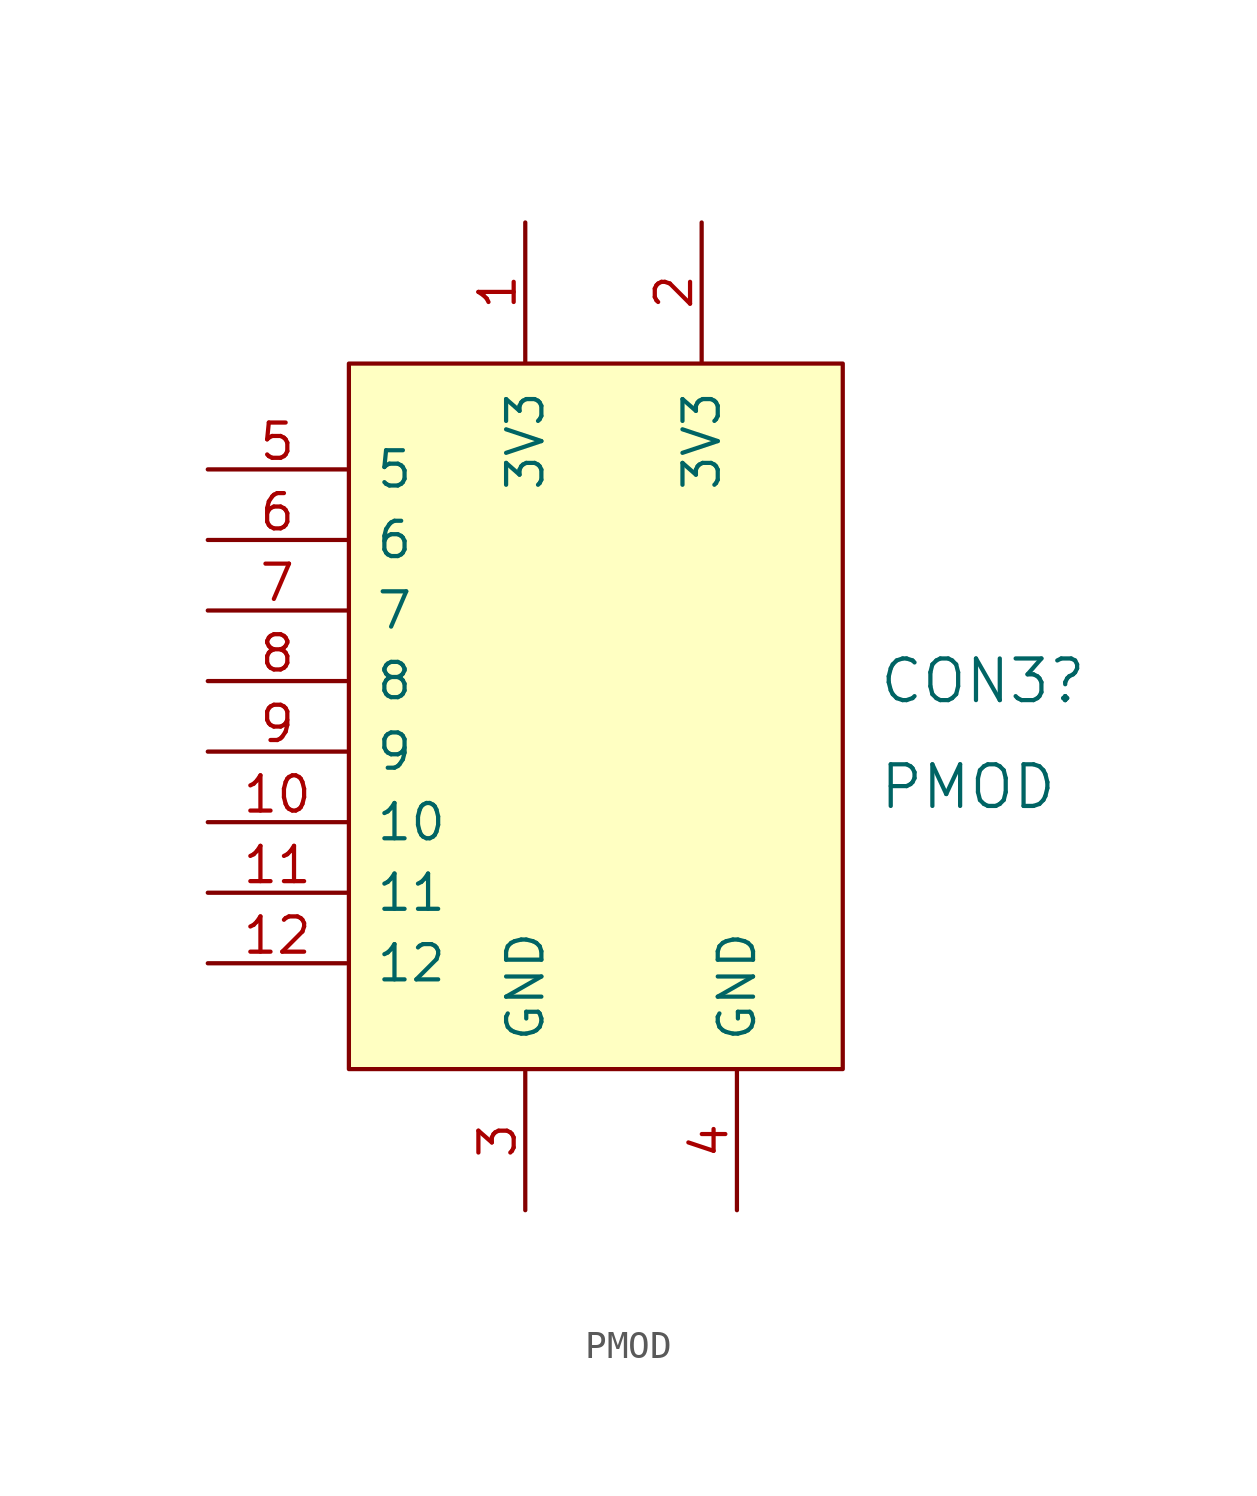
<source format=kicad_sym>
(kicad_symbol_lib
  (version 20231120)
  (generator "kicad_symbol_editor")
  (generator_version "8.0")
  (symbol "PMOD"
    (pin_names
      (offset 1.016))
    (property "Reference" "CON3"
      (at 10.16 1.27 0)
      (effects (font (size 1.499 1.499)) (justify left)))
    (property "Value" "PMOD"
      (at 10.16 -2.54 0)
      (effects (font (size 1.499 1.499)) (justify left)))
    (symbol "PMOD_1_0"
      (pin bidirectional line (at -2.54 17.78 270) (length 5) (name "3V3" (effects (font (size 1.27 1.27)))) (number "1" (effects (font (size 1.27 1.27)))))
      (pin bidirectional line (at -13.97 -3.81 0) (length 5) (name "10" (effects (font (size 1.27 1.27)))) (number "10" (effects (font (size 1.27 1.27)))))
      (pin bidirectional line (at -13.97 -6.35 0) (length 5) (name "11" (effects (font (size 1.27 1.27)))) (number "11" (effects (font (size 1.27 1.27)))))
      (pin bidirectional line (at -13.97 -8.89 0) (length 5) (name "12" (effects (font (size 1.27 1.27)))) (number "12" (effects (font (size 1.27 1.27)))))
      (pin bidirectional line (at 3.81 17.78 270) (length 5) (name "3V3" (effects (font (size 1.27 1.27)))) (number "2" (effects (font (size 1.27 1.27)))))
      (pin bidirectional line (at -2.54 -17.78 90) (length 5) (name "GND" (effects (font (size 1.27 1.27)))) (number "3" (effects (font (size 1.27 1.27)))))
      (pin bidirectional line (at 5.08 -17.78 90) (length 5) (name "GND" (effects (font (size 1.27 1.27)))) (number "4" (effects (font (size 1.27 1.27)))))
      (pin bidirectional line (at -13.97 8.89 0) (length 5) (name "5" (effects (font (size 1.27 1.27)))) (number "5" (effects (font (size 1.27 1.27)))))
      (pin bidirectional line (at -13.97 6.35 0) (length 5) (name "6" (effects (font (size 1.27 1.27)))) (number "6" (effects (font (size 1.27 1.27)))))
      (pin bidirectional line (at -13.97 3.81 0) (length 5) (name "7" (effects (font (size 1.27 1.27)))) (number "7" (effects (font (size 1.27 1.27)))))
      (pin bidirectional line (at -13.97 1.27 0) (length 5) (name "8" (effects (font (size 1.27 1.27)))) (number "8" (effects (font (size 1.27 1.27)))))
      (pin bidirectional line (at -13.97 -1.27 0) (length 5) (name "9" (effects (font (size 1.27 1.27)))) (number "9" (effects (font (size 1.27 1.27))))))
    (symbol "PMOD_1_1"
      (rectangle (start -8.89 12.7) (end 8.89 -12.7) (stroke (width 0) (type default)) (fill (type background))))))
</source>
